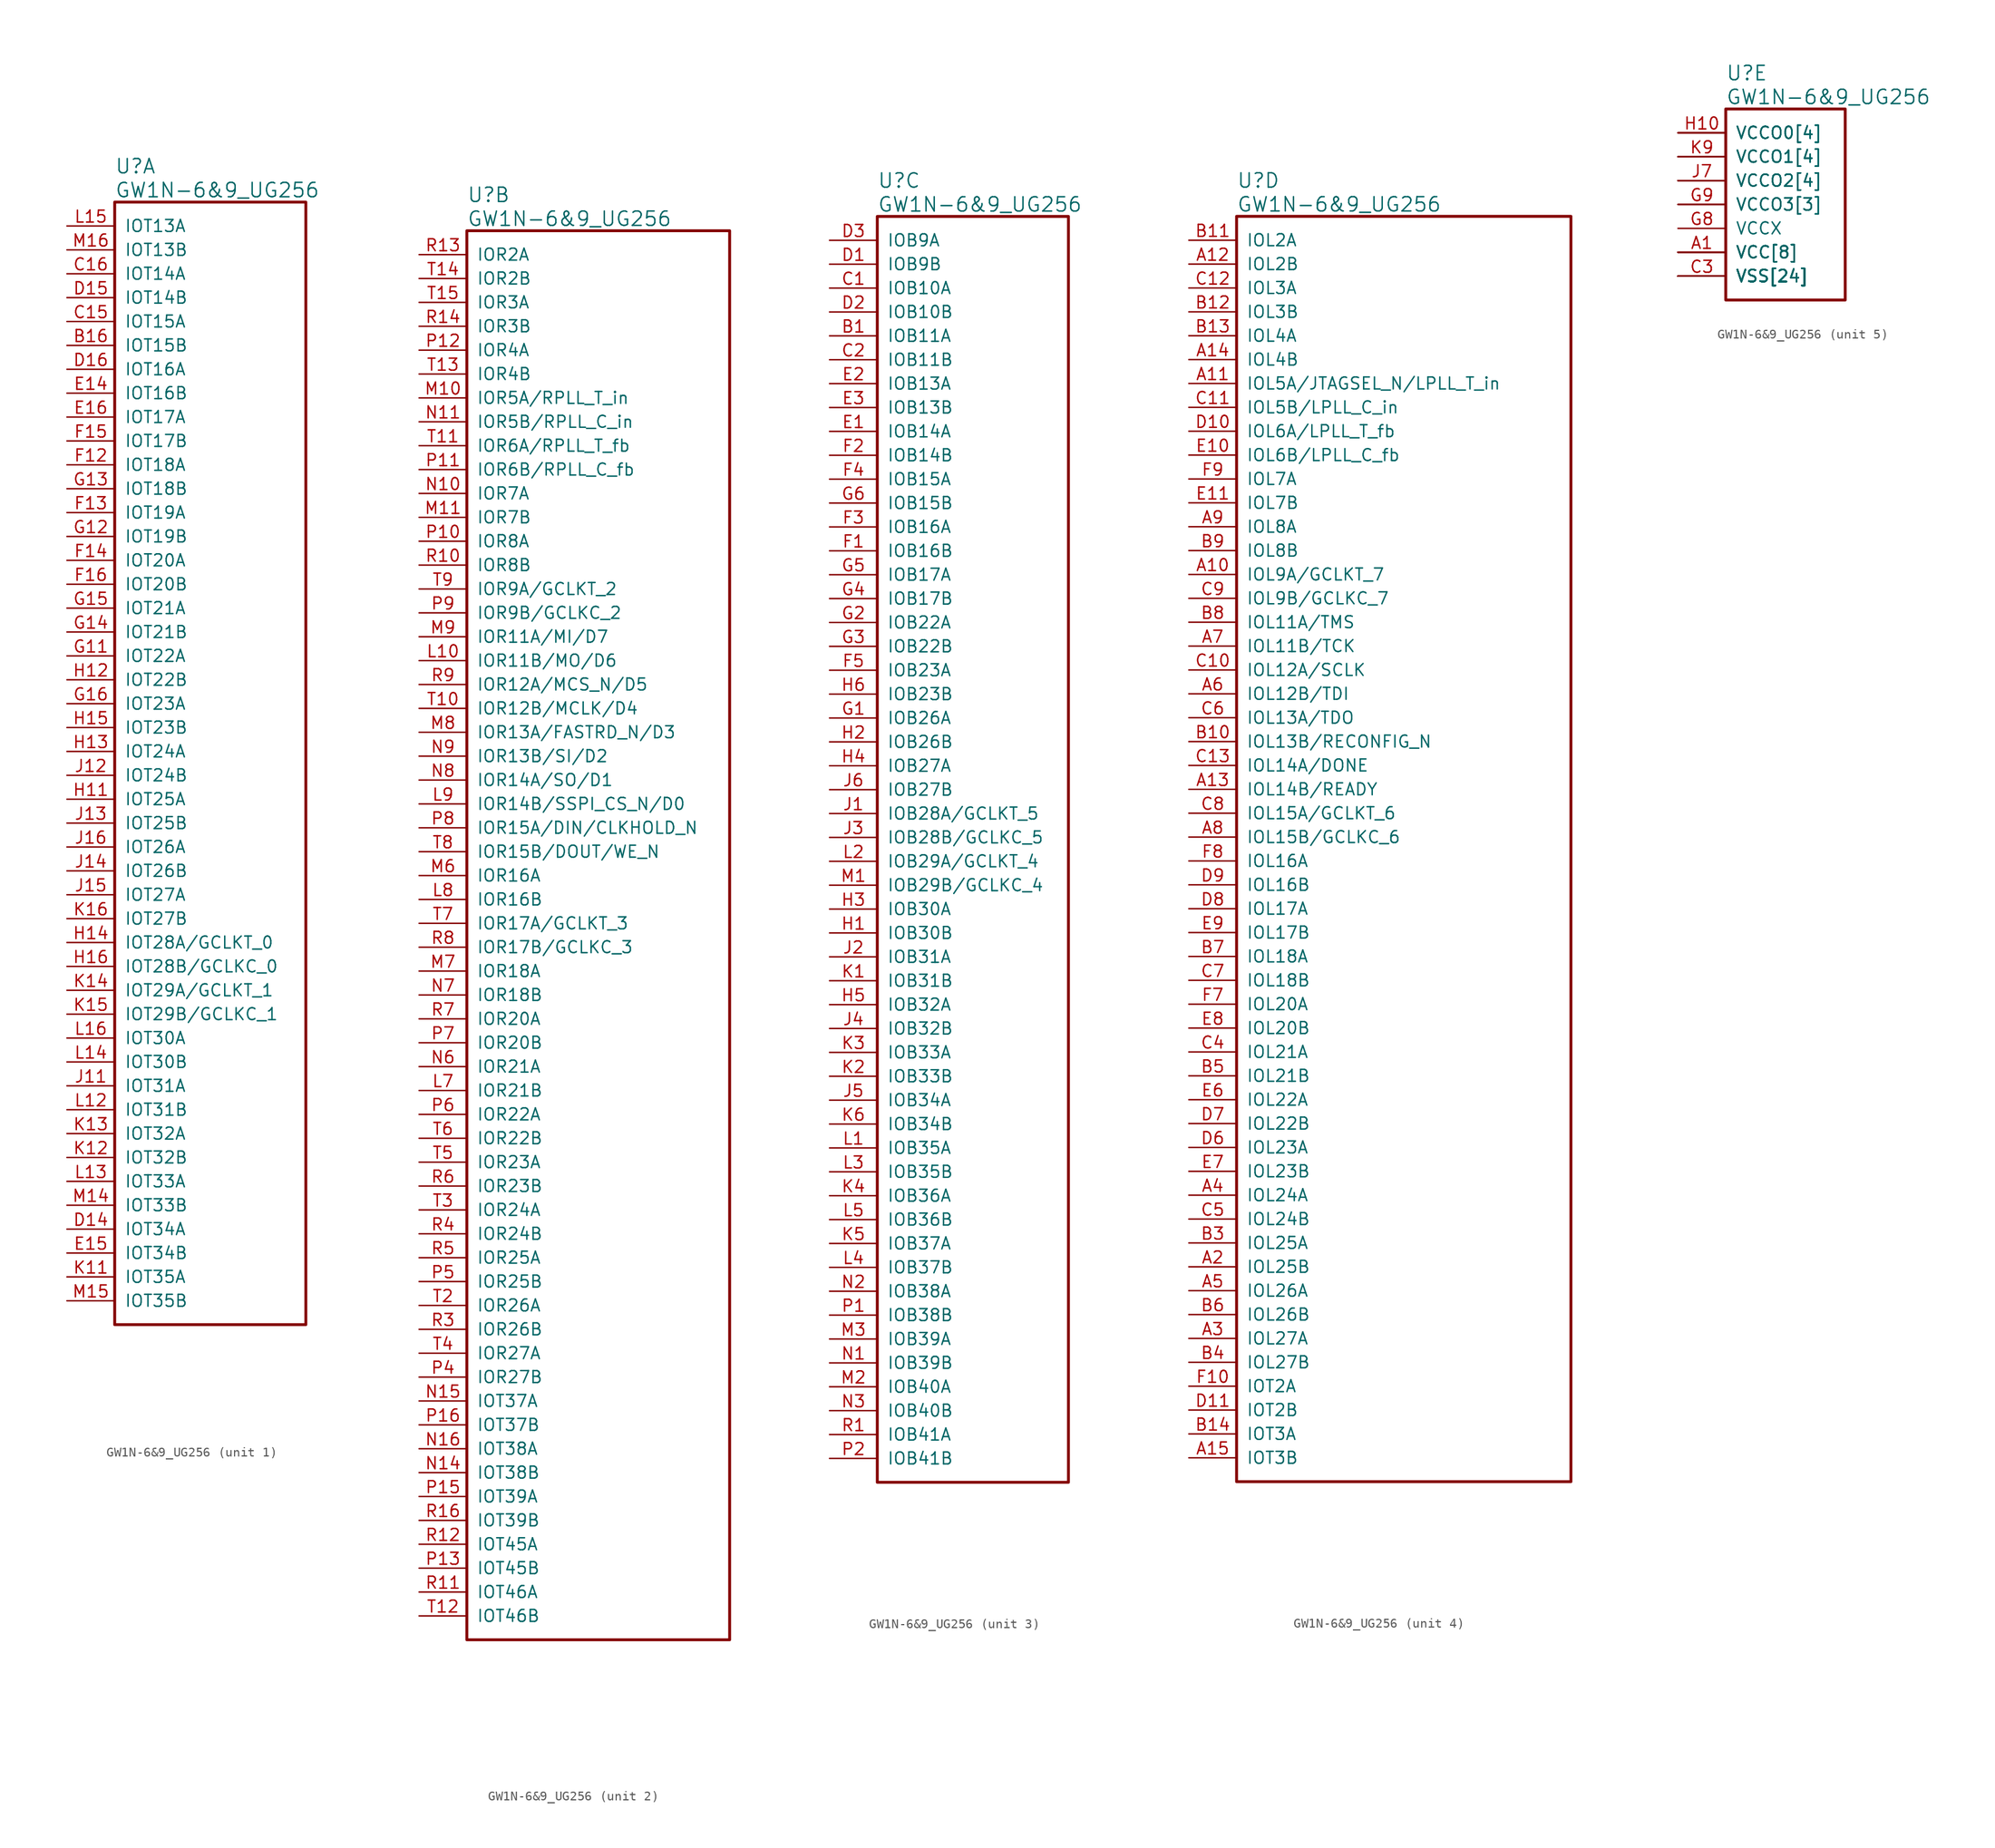
<source format=kicad_sym>
(kicad_symbol_lib
  (version 20211014)
  (generator kicad_symbol_editor)
  (symbol "GW1N-6&9_UG256"
    (pin_names
      (offset 1.016))
    (property "Reference" "U"
      (at 5.08 6.35 0)
      (effects (font (size 1.524 1.524)) (justify left)))
    (property "Value" "GW1N-6&9_UG256"
      (at 5.08 3.81 0)
      (effects (font (size 1.524 1.524)) (justify left)))
    (property "ki_locked" ""
      (at 0 0 0)
      (effects (font (size 1.27 1.27))))
    (symbol "GW1N-6&9_UG256_1_1"
      (rectangle (start 5.08 2.54) (end 25.4 -116.84) (stroke (width 0.305) (type default) (color 0 0 0 0)) (fill (type none)))
      (pin bidirectional line (at 0 -12.7 0) (length 5.08) (name "IOT15B" (effects (font (size 1.27 1.27)))) (number "B16" (effects (font (size 1.27 1.27)))))
      (pin bidirectional line (at 0 -10.16 0) (length 5.08) (name "IOT15A" (effects (font (size 1.27 1.27)))) (number "C15" (effects (font (size 1.27 1.27)))))
      (pin bidirectional line (at 0 -5.08 0) (length 5.08) (name "IOT14A" (effects (font (size 1.27 1.27)))) (number "C16" (effects (font (size 1.27 1.27)))))
      (pin bidirectional line (at 0 -106.68 0) (length 5.08) (name "IOT34A" (effects (font (size 1.27 1.27)))) (number "D14" (effects (font (size 1.27 1.27)))))
      (pin bidirectional line (at 0 -7.62 0) (length 5.08) (name "IOT14B" (effects (font (size 1.27 1.27)))) (number "D15" (effects (font (size 1.27 1.27)))))
      (pin bidirectional line (at 0 -15.24 0) (length 5.08) (name "IOT16A" (effects (font (size 1.27 1.27)))) (number "D16" (effects (font (size 1.27 1.27)))))
      (pin bidirectional line (at 0 -17.78 0) (length 5.08) (name "IOT16B" (effects (font (size 1.27 1.27)))) (number "E14" (effects (font (size 1.27 1.27)))))
      (pin bidirectional line (at 0 -109.22 0) (length 5.08) (name "IOT34B" (effects (font (size 1.27 1.27)))) (number "E15" (effects (font (size 1.27 1.27)))))
      (pin bidirectional line (at 0 -20.32 0) (length 5.08) (name "IOT17A" (effects (font (size 1.27 1.27)))) (number "E16" (effects (font (size 1.27 1.27)))))
      (pin bidirectional line (at 0 -25.4 0) (length 5.08) (name "IOT18A" (effects (font (size 1.27 1.27)))) (number "F12" (effects (font (size 1.27 1.27)))))
      (pin bidirectional line (at 0 -30.48 0) (length 5.08) (name "IOT19A" (effects (font (size 1.27 1.27)))) (number "F13" (effects (font (size 1.27 1.27)))))
      (pin bidirectional line (at 0 -35.56 0) (length 5.08) (name "IOT20A" (effects (font (size 1.27 1.27)))) (number "F14" (effects (font (size 1.27 1.27)))))
      (pin bidirectional line (at 0 -22.86 0) (length 5.08) (name "IOT17B" (effects (font (size 1.27 1.27)))) (number "F15" (effects (font (size 1.27 1.27)))))
      (pin bidirectional line (at 0 -38.1 0) (length 5.08) (name "IOT20B" (effects (font (size 1.27 1.27)))) (number "F16" (effects (font (size 1.27 1.27)))))
      (pin bidirectional line (at 0 -45.72 0) (length 5.08) (name "IOT22A" (effects (font (size 1.27 1.27)))) (number "G11" (effects (font (size 1.27 1.27)))))
      (pin bidirectional line (at 0 -33.02 0) (length 5.08) (name "IOT19B" (effects (font (size 1.27 1.27)))) (number "G12" (effects (font (size 1.27 1.27)))))
      (pin bidirectional line (at 0 -27.94 0) (length 5.08) (name "IOT18B" (effects (font (size 1.27 1.27)))) (number "G13" (effects (font (size 1.27 1.27)))))
      (pin bidirectional line (at 0 -43.18 0) (length 5.08) (name "IOT21B" (effects (font (size 1.27 1.27)))) (number "G14" (effects (font (size 1.27 1.27)))))
      (pin bidirectional line (at 0 -40.64 0) (length 5.08) (name "IOT21A" (effects (font (size 1.27 1.27)))) (number "G15" (effects (font (size 1.27 1.27)))))
      (pin bidirectional line (at 0 -50.8 0) (length 5.08) (name "IOT23A" (effects (font (size 1.27 1.27)))) (number "G16" (effects (font (size 1.27 1.27)))))
      (pin bidirectional line (at 0 -60.96 0) (length 5.08) (name "IOT25A" (effects (font (size 1.27 1.27)))) (number "H11" (effects (font (size 1.27 1.27)))))
      (pin bidirectional line (at 0 -48.26 0) (length 5.08) (name "IOT22B" (effects (font (size 1.27 1.27)))) (number "H12" (effects (font (size 1.27 1.27)))))
      (pin bidirectional line (at 0 -55.88 0) (length 5.08) (name "IOT24A" (effects (font (size 1.27 1.27)))) (number "H13" (effects (font (size 1.27 1.27)))))
      (pin bidirectional line (at 0 -76.2 0) (length 5.08) (name "IOT28A/GCLKT_0" (effects (font (size 1.27 1.27)))) (number "H14" (effects (font (size 1.27 1.27)))))
      (pin bidirectional line (at 0 -53.34 0) (length 5.08) (name "IOT23B" (effects (font (size 1.27 1.27)))) (number "H15" (effects (font (size 1.27 1.27)))))
      (pin bidirectional line (at 0 -78.74 0) (length 5.08) (name "IOT28B/GCLKC_0" (effects (font (size 1.27 1.27)))) (number "H16" (effects (font (size 1.27 1.27)))))
      (pin bidirectional line (at 0 -91.44 0) (length 5.08) (name "IOT31A" (effects (font (size 1.27 1.27)))) (number "J11" (effects (font (size 1.27 1.27)))))
      (pin bidirectional line (at 0 -58.42 0) (length 5.08) (name "IOT24B" (effects (font (size 1.27 1.27)))) (number "J12" (effects (font (size 1.27 1.27)))))
      (pin bidirectional line (at 0 -63.5 0) (length 5.08) (name "IOT25B" (effects (font (size 1.27 1.27)))) (number "J13" (effects (font (size 1.27 1.27)))))
      (pin bidirectional line (at 0 -68.58 0) (length 5.08) (name "IOT26B" (effects (font (size 1.27 1.27)))) (number "J14" (effects (font (size 1.27 1.27)))))
      (pin bidirectional line (at 0 -71.12 0) (length 5.08) (name "IOT27A" (effects (font (size 1.27 1.27)))) (number "J15" (effects (font (size 1.27 1.27)))))
      (pin bidirectional line (at 0 -66.04 0) (length 5.08) (name "IOT26A" (effects (font (size 1.27 1.27)))) (number "J16" (effects (font (size 1.27 1.27)))))
      (pin bidirectional line (at 0 -111.76 0) (length 5.08) (name "IOT35A" (effects (font (size 1.27 1.27)))) (number "K11" (effects (font (size 1.27 1.27)))))
      (pin bidirectional line (at 0 -99.06 0) (length 5.08) (name "IOT32B" (effects (font (size 1.27 1.27)))) (number "K12" (effects (font (size 1.27 1.27)))))
      (pin bidirectional line (at 0 -96.52 0) (length 5.08) (name "IOT32A" (effects (font (size 1.27 1.27)))) (number "K13" (effects (font (size 1.27 1.27)))))
      (pin bidirectional line (at 0 -81.28 0) (length 5.08) (name "IOT29A/GCLKT_1" (effects (font (size 1.27 1.27)))) (number "K14" (effects (font (size 1.27 1.27)))))
      (pin bidirectional line (at 0 -83.82 0) (length 5.08) (name "IOT29B/GCLKC_1" (effects (font (size 1.27 1.27)))) (number "K15" (effects (font (size 1.27 1.27)))))
      (pin bidirectional line (at 0 -73.66 0) (length 5.08) (name "IOT27B" (effects (font (size 1.27 1.27)))) (number "K16" (effects (font (size 1.27 1.27)))))
      (pin bidirectional line (at 0 -93.98 0) (length 5.08) (name "IOT31B" (effects (font (size 1.27 1.27)))) (number "L12" (effects (font (size 1.27 1.27)))))
      (pin bidirectional line (at 0 -101.6 0) (length 5.08) (name "IOT33A" (effects (font (size 1.27 1.27)))) (number "L13" (effects (font (size 1.27 1.27)))))
      (pin bidirectional line (at 0 -88.9 0) (length 5.08) (name "IOT30B" (effects (font (size 1.27 1.27)))) (number "L14" (effects (font (size 1.27 1.27)))))
      (pin bidirectional line (at 0 0 0) (length 5.08) (name "IOT13A" (effects (font (size 1.27 1.27)))) (number "L15" (effects (font (size 1.27 1.27)))))
      (pin bidirectional line (at 0 -86.36 0) (length 5.08) (name "IOT30A" (effects (font (size 1.27 1.27)))) (number "L16" (effects (font (size 1.27 1.27)))))
      (pin bidirectional line (at 0 -104.14 0) (length 5.08) (name "IOT33B" (effects (font (size 1.27 1.27)))) (number "M14" (effects (font (size 1.27 1.27)))))
      (pin bidirectional line (at 0 -114.3 0) (length 5.08) (name "IOT35B" (effects (font (size 1.27 1.27)))) (number "M15" (effects (font (size 1.27 1.27)))))
      (pin bidirectional line (at 0 -2.54 0) (length 5.08) (name "IOT13B" (effects (font (size 1.27 1.27)))) (number "M16" (effects (font (size 1.27 1.27))))))
    (symbol "GW1N-6&9_UG256_2_1"
      (rectangle (start 5.08 2.54) (end 33.02 -147.32) (stroke (width 0.305) (type default) (color 0 0 0 0)) (fill (type none)))
      (pin bidirectional line (at 0 -43.18 0) (length 5.08) (name "IOR11B/MO/D6" (effects (font (size 1.27 1.27)))) (number "L10" (effects (font (size 1.27 1.27)))))
      (pin bidirectional line (at 0 -88.9 0) (length 5.08) (name "IOR21B" (effects (font (size 1.27 1.27)))) (number "L7" (effects (font (size 1.27 1.27)))))
      (pin bidirectional line (at 0 -68.58 0) (length 5.08) (name "IOR16B" (effects (font (size 1.27 1.27)))) (number "L8" (effects (font (size 1.27 1.27)))))
      (pin bidirectional line (at 0 -58.42 0) (length 5.08) (name "IOR14B/SSPI_CS_N/D0" (effects (font (size 1.27 1.27)))) (number "L9" (effects (font (size 1.27 1.27)))))
      (pin bidirectional line (at 0 -15.24 0) (length 5.08) (name "IOR5A/RPLL_T_in" (effects (font (size 1.27 1.27)))) (number "M10" (effects (font (size 1.27 1.27)))))
      (pin bidirectional line (at 0 -27.94 0) (length 5.08) (name "IOR7B" (effects (font (size 1.27 1.27)))) (number "M11" (effects (font (size 1.27 1.27)))))
      (pin bidirectional line (at 0 -66.04 0) (length 5.08) (name "IOR16A" (effects (font (size 1.27 1.27)))) (number "M6" (effects (font (size 1.27 1.27)))))
      (pin bidirectional line (at 0 -76.2 0) (length 5.08) (name "IOR18A" (effects (font (size 1.27 1.27)))) (number "M7" (effects (font (size 1.27 1.27)))))
      (pin bidirectional line (at 0 -50.8 0) (length 5.08) (name "IOR13A/FASTRD_N/D3" (effects (font (size 1.27 1.27)))) (number "M8" (effects (font (size 1.27 1.27)))))
      (pin bidirectional line (at 0 -40.64 0) (length 5.08) (name "IOR11A/MI/D7" (effects (font (size 1.27 1.27)))) (number "M9" (effects (font (size 1.27 1.27)))))
      (pin bidirectional line (at 0 -25.4 0) (length 5.08) (name "IOR7A" (effects (font (size 1.27 1.27)))) (number "N10" (effects (font (size 1.27 1.27)))))
      (pin bidirectional line (at 0 -17.78 0) (length 5.08) (name "IOR5B/RPLL_C_in" (effects (font (size 1.27 1.27)))) (number "N11" (effects (font (size 1.27 1.27)))))
      (pin bidirectional line (at 0 -129.54 0) (length 5.08) (name "IOT38B" (effects (font (size 1.27 1.27)))) (number "N14" (effects (font (size 1.27 1.27)))))
      (pin bidirectional line (at 0 -121.92 0) (length 5.08) (name "IOT37A" (effects (font (size 1.27 1.27)))) (number "N15" (effects (font (size 1.27 1.27)))))
      (pin bidirectional line (at 0 -127 0) (length 5.08) (name "IOT38A" (effects (font (size 1.27 1.27)))) (number "N16" (effects (font (size 1.27 1.27)))))
      (pin bidirectional line (at 0 -86.36 0) (length 5.08) (name "IOR21A" (effects (font (size 1.27 1.27)))) (number "N6" (effects (font (size 1.27 1.27)))))
      (pin bidirectional line (at 0 -78.74 0) (length 5.08) (name "IOR18B" (effects (font (size 1.27 1.27)))) (number "N7" (effects (font (size 1.27 1.27)))))
      (pin bidirectional line (at 0 -55.88 0) (length 5.08) (name "IOR14A/SO/D1" (effects (font (size 1.27 1.27)))) (number "N8" (effects (font (size 1.27 1.27)))))
      (pin bidirectional line (at 0 -53.34 0) (length 5.08) (name "IOR13B/SI/D2" (effects (font (size 1.27 1.27)))) (number "N9" (effects (font (size 1.27 1.27)))))
      (pin bidirectional line (at 0 -30.48 0) (length 5.08) (name "IOR8A" (effects (font (size 1.27 1.27)))) (number "P10" (effects (font (size 1.27 1.27)))))
      (pin bidirectional line (at 0 -22.86 0) (length 5.08) (name "IOR6B/RPLL_C_fb" (effects (font (size 1.27 1.27)))) (number "P11" (effects (font (size 1.27 1.27)))))
      (pin bidirectional line (at 0 -10.16 0) (length 5.08) (name "IOR4A" (effects (font (size 1.27 1.27)))) (number "P12" (effects (font (size 1.27 1.27)))))
      (pin bidirectional line (at 0 -139.7 0) (length 5.08) (name "IOT45B" (effects (font (size 1.27 1.27)))) (number "P13" (effects (font (size 1.27 1.27)))))
      (pin bidirectional line (at 0 -132.08 0) (length 5.08) (name "IOT39A" (effects (font (size 1.27 1.27)))) (number "P15" (effects (font (size 1.27 1.27)))))
      (pin bidirectional line (at 0 -124.46 0) (length 5.08) (name "IOT37B" (effects (font (size 1.27 1.27)))) (number "P16" (effects (font (size 1.27 1.27)))))
      (pin bidirectional line (at 0 -119.38 0) (length 5.08) (name "IOR27B" (effects (font (size 1.27 1.27)))) (number "P4" (effects (font (size 1.27 1.27)))))
      (pin bidirectional line (at 0 -109.22 0) (length 5.08) (name "IOR25B" (effects (font (size 1.27 1.27)))) (number "P5" (effects (font (size 1.27 1.27)))))
      (pin bidirectional line (at 0 -91.44 0) (length 5.08) (name "IOR22A" (effects (font (size 1.27 1.27)))) (number "P6" (effects (font (size 1.27 1.27)))))
      (pin bidirectional line (at 0 -83.82 0) (length 5.08) (name "IOR20B" (effects (font (size 1.27 1.27)))) (number "P7" (effects (font (size 1.27 1.27)))))
      (pin bidirectional line (at 0 -60.96 0) (length 5.08) (name "IOR15A/DIN/CLKHOLD_N" (effects (font (size 1.27 1.27)))) (number "P8" (effects (font (size 1.27 1.27)))))
      (pin bidirectional line (at 0 -38.1 0) (length 5.08) (name "IOR9B/GCLKC_2" (effects (font (size 1.27 1.27)))) (number "P9" (effects (font (size 1.27 1.27)))))
      (pin bidirectional line (at 0 -33.02 0) (length 5.08) (name "IOR8B" (effects (font (size 1.27 1.27)))) (number "R10" (effects (font (size 1.27 1.27)))))
      (pin bidirectional line (at 0 -142.24 0) (length 5.08) (name "IOT46A" (effects (font (size 1.27 1.27)))) (number "R11" (effects (font (size 1.27 1.27)))))
      (pin bidirectional line (at 0 -137.16 0) (length 5.08) (name "IOT45A" (effects (font (size 1.27 1.27)))) (number "R12" (effects (font (size 1.27 1.27)))))
      (pin bidirectional line (at 0 0 0) (length 5.08) (name "IOR2A" (effects (font (size 1.27 1.27)))) (number "R13" (effects (font (size 1.27 1.27)))))
      (pin bidirectional line (at 0 -7.62 0) (length 5.08) (name "IOR3B" (effects (font (size 1.27 1.27)))) (number "R14" (effects (font (size 1.27 1.27)))))
      (pin bidirectional line (at 0 -134.62 0) (length 5.08) (name "IOT39B" (effects (font (size 1.27 1.27)))) (number "R16" (effects (font (size 1.27 1.27)))))
      (pin bidirectional line (at 0 -114.3 0) (length 5.08) (name "IOR26B" (effects (font (size 1.27 1.27)))) (number "R3" (effects (font (size 1.27 1.27)))))
      (pin bidirectional line (at 0 -104.14 0) (length 5.08) (name "IOR24B" (effects (font (size 1.27 1.27)))) (number "R4" (effects (font (size 1.27 1.27)))))
      (pin bidirectional line (at 0 -106.68 0) (length 5.08) (name "IOR25A" (effects (font (size 1.27 1.27)))) (number "R5" (effects (font (size 1.27 1.27)))))
      (pin bidirectional line (at 0 -99.06 0) (length 5.08) (name "IOR23B" (effects (font (size 1.27 1.27)))) (number "R6" (effects (font (size 1.27 1.27)))))
      (pin bidirectional line (at 0 -81.28 0) (length 5.08) (name "IOR20A" (effects (font (size 1.27 1.27)))) (number "R7" (effects (font (size 1.27 1.27)))))
      (pin bidirectional line (at 0 -73.66 0) (length 5.08) (name "IOR17B/GCLKC_3" (effects (font (size 1.27 1.27)))) (number "R8" (effects (font (size 1.27 1.27)))))
      (pin bidirectional line (at 0 -45.72 0) (length 5.08) (name "IOR12A/MCS_N/D5" (effects (font (size 1.27 1.27)))) (number "R9" (effects (font (size 1.27 1.27)))))
      (pin bidirectional line (at 0 -48.26 0) (length 5.08) (name "IOR12B/MCLK/D4" (effects (font (size 1.27 1.27)))) (number "T10" (effects (font (size 1.27 1.27)))))
      (pin bidirectional line (at 0 -20.32 0) (length 5.08) (name "IOR6A/RPLL_T_fb" (effects (font (size 1.27 1.27)))) (number "T11" (effects (font (size 1.27 1.27)))))
      (pin bidirectional line (at 0 -144.78 0) (length 5.08) (name "IOT46B" (effects (font (size 1.27 1.27)))) (number "T12" (effects (font (size 1.27 1.27)))))
      (pin bidirectional line (at 0 -12.7 0) (length 5.08) (name "IOR4B" (effects (font (size 1.27 1.27)))) (number "T13" (effects (font (size 1.27 1.27)))))
      (pin bidirectional line (at 0 -2.54 0) (length 5.08) (name "IOR2B" (effects (font (size 1.27 1.27)))) (number "T14" (effects (font (size 1.27 1.27)))))
      (pin bidirectional line (at 0 -5.08 0) (length 5.08) (name "IOR3A" (effects (font (size 1.27 1.27)))) (number "T15" (effects (font (size 1.27 1.27)))))
      (pin bidirectional line (at 0 -111.76 0) (length 5.08) (name "IOR26A" (effects (font (size 1.27 1.27)))) (number "T2" (effects (font (size 1.27 1.27)))))
      (pin bidirectional line (at 0 -101.6 0) (length 5.08) (name "IOR24A" (effects (font (size 1.27 1.27)))) (number "T3" (effects (font (size 1.27 1.27)))))
      (pin bidirectional line (at 0 -116.84 0) (length 5.08) (name "IOR27A" (effects (font (size 1.27 1.27)))) (number "T4" (effects (font (size 1.27 1.27)))))
      (pin bidirectional line (at 0 -96.52 0) (length 5.08) (name "IOR23A" (effects (font (size 1.27 1.27)))) (number "T5" (effects (font (size 1.27 1.27)))))
      (pin bidirectional line (at 0 -93.98 0) (length 5.08) (name "IOR22B" (effects (font (size 1.27 1.27)))) (number "T6" (effects (font (size 1.27 1.27)))))
      (pin bidirectional line (at 0 -71.12 0) (length 5.08) (name "IOR17A/GCLKT_3" (effects (font (size 1.27 1.27)))) (number "T7" (effects (font (size 1.27 1.27)))))
      (pin bidirectional line (at 0 -63.5 0) (length 5.08) (name "IOR15B/DOUT/WE_N" (effects (font (size 1.27 1.27)))) (number "T8" (effects (font (size 1.27 1.27)))))
      (pin bidirectional line (at 0 -35.56 0) (length 5.08) (name "IOR9A/GCLKT_2" (effects (font (size 1.27 1.27)))) (number "T9" (effects (font (size 1.27 1.27))))))
    (symbol "GW1N-6&9_UG256_3_1"
      (rectangle (start 5.08 2.54) (end 25.4 -132.08) (stroke (width 0.305) (type default) (color 0 0 0 0)) (fill (type none)))
      (pin bidirectional line (at 0 -10.16 0) (length 5.08) (name "IOB11A" (effects (font (size 1.27 1.27)))) (number "B1" (effects (font (size 1.27 1.27)))))
      (pin bidirectional line (at 0 -5.08 0) (length 5.08) (name "IOB10A" (effects (font (size 1.27 1.27)))) (number "C1" (effects (font (size 1.27 1.27)))))
      (pin bidirectional line (at 0 -12.7 0) (length 5.08) (name "IOB11B" (effects (font (size 1.27 1.27)))) (number "C2" (effects (font (size 1.27 1.27)))))
      (pin bidirectional line (at 0 -2.54 0) (length 5.08) (name "IOB9B" (effects (font (size 1.27 1.27)))) (number "D1" (effects (font (size 1.27 1.27)))))
      (pin bidirectional line (at 0 -7.62 0) (length 5.08) (name "IOB10B" (effects (font (size 1.27 1.27)))) (number "D2" (effects (font (size 1.27 1.27)))))
      (pin bidirectional line (at 0 0 0) (length 5.08) (name "IOB9A" (effects (font (size 1.27 1.27)))) (number "D3" (effects (font (size 1.27 1.27)))))
      (pin bidirectional line (at 0 -20.32 0) (length 5.08) (name "IOB14A" (effects (font (size 1.27 1.27)))) (number "E1" (effects (font (size 1.27 1.27)))))
      (pin bidirectional line (at 0 -15.24 0) (length 5.08) (name "IOB13A" (effects (font (size 1.27 1.27)))) (number "E2" (effects (font (size 1.27 1.27)))))
      (pin bidirectional line (at 0 -17.78 0) (length 5.08) (name "IOB13B" (effects (font (size 1.27 1.27)))) (number "E3" (effects (font (size 1.27 1.27)))))
      (pin bidirectional line (at 0 -33.02 0) (length 5.08) (name "IOB16B" (effects (font (size 1.27 1.27)))) (number "F1" (effects (font (size 1.27 1.27)))))
      (pin bidirectional line (at 0 -22.86 0) (length 5.08) (name "IOB14B" (effects (font (size 1.27 1.27)))) (number "F2" (effects (font (size 1.27 1.27)))))
      (pin bidirectional line (at 0 -30.48 0) (length 5.08) (name "IOB16A" (effects (font (size 1.27 1.27)))) (number "F3" (effects (font (size 1.27 1.27)))))
      (pin bidirectional line (at 0 -25.4 0) (length 5.08) (name "IOB15A" (effects (font (size 1.27 1.27)))) (number "F4" (effects (font (size 1.27 1.27)))))
      (pin bidirectional line (at 0 -45.72 0) (length 5.08) (name "IOB23A" (effects (font (size 1.27 1.27)))) (number "F5" (effects (font (size 1.27 1.27)))))
      (pin bidirectional line (at 0 -50.8 0) (length 5.08) (name "IOB26A" (effects (font (size 1.27 1.27)))) (number "G1" (effects (font (size 1.27 1.27)))))
      (pin bidirectional line (at 0 -40.64 0) (length 5.08) (name "IOB22A" (effects (font (size 1.27 1.27)))) (number "G2" (effects (font (size 1.27 1.27)))))
      (pin bidirectional line (at 0 -43.18 0) (length 5.08) (name "IOB22B" (effects (font (size 1.27 1.27)))) (number "G3" (effects (font (size 1.27 1.27)))))
      (pin bidirectional line (at 0 -38.1 0) (length 5.08) (name "IOB17B" (effects (font (size 1.27 1.27)))) (number "G4" (effects (font (size 1.27 1.27)))))
      (pin bidirectional line (at 0 -35.56 0) (length 5.08) (name "IOB17A" (effects (font (size 1.27 1.27)))) (number "G5" (effects (font (size 1.27 1.27)))))
      (pin bidirectional line (at 0 -27.94 0) (length 5.08) (name "IOB15B" (effects (font (size 1.27 1.27)))) (number "G6" (effects (font (size 1.27 1.27)))))
      (pin bidirectional line (at 0 -73.66 0) (length 5.08) (name "IOB30B" (effects (font (size 1.27 1.27)))) (number "H1" (effects (font (size 1.27 1.27)))))
      (pin bidirectional line (at 0 -53.34 0) (length 5.08) (name "IOB26B" (effects (font (size 1.27 1.27)))) (number "H2" (effects (font (size 1.27 1.27)))))
      (pin bidirectional line (at 0 -71.12 0) (length 5.08) (name "IOB30A" (effects (font (size 1.27 1.27)))) (number "H3" (effects (font (size 1.27 1.27)))))
      (pin bidirectional line (at 0 -55.88 0) (length 5.08) (name "IOB27A" (effects (font (size 1.27 1.27)))) (number "H4" (effects (font (size 1.27 1.27)))))
      (pin bidirectional line (at 0 -81.28 0) (length 5.08) (name "IOB32A" (effects (font (size 1.27 1.27)))) (number "H5" (effects (font (size 1.27 1.27)))))
      (pin bidirectional line (at 0 -48.26 0) (length 5.08) (name "IOB23B" (effects (font (size 1.27 1.27)))) (number "H6" (effects (font (size 1.27 1.27)))))
      (pin bidirectional line (at 0 -60.96 0) (length 5.08) (name "IOB28A/GCLKT_5" (effects (font (size 1.27 1.27)))) (number "J1" (effects (font (size 1.27 1.27)))))
      (pin bidirectional line (at 0 -76.2 0) (length 5.08) (name "IOB31A" (effects (font (size 1.27 1.27)))) (number "J2" (effects (font (size 1.27 1.27)))))
      (pin bidirectional line (at 0 -63.5 0) (length 5.08) (name "IOB28B/GCLKC_5" (effects (font (size 1.27 1.27)))) (number "J3" (effects (font (size 1.27 1.27)))))
      (pin bidirectional line (at 0 -83.82 0) (length 5.08) (name "IOB32B" (effects (font (size 1.27 1.27)))) (number "J4" (effects (font (size 1.27 1.27)))))
      (pin bidirectional line (at 0 -91.44 0) (length 5.08) (name "IOB34A" (effects (font (size 1.27 1.27)))) (number "J5" (effects (font (size 1.27 1.27)))))
      (pin bidirectional line (at 0 -58.42 0) (length 5.08) (name "IOB27B" (effects (font (size 1.27 1.27)))) (number "J6" (effects (font (size 1.27 1.27)))))
      (pin bidirectional line (at 0 -78.74 0) (length 5.08) (name "IOB31B" (effects (font (size 1.27 1.27)))) (number "K1" (effects (font (size 1.27 1.27)))))
      (pin bidirectional line (at 0 -88.9 0) (length 5.08) (name "IOB33B" (effects (font (size 1.27 1.27)))) (number "K2" (effects (font (size 1.27 1.27)))))
      (pin bidirectional line (at 0 -86.36 0) (length 5.08) (name "IOB33A" (effects (font (size 1.27 1.27)))) (number "K3" (effects (font (size 1.27 1.27)))))
      (pin bidirectional line (at 0 -101.6 0) (length 5.08) (name "IOB36A" (effects (font (size 1.27 1.27)))) (number "K4" (effects (font (size 1.27 1.27)))))
      (pin bidirectional line (at 0 -106.68 0) (length 5.08) (name "IOB37A" (effects (font (size 1.27 1.27)))) (number "K5" (effects (font (size 1.27 1.27)))))
      (pin bidirectional line (at 0 -93.98 0) (length 5.08) (name "IOB34B" (effects (font (size 1.27 1.27)))) (number "K6" (effects (font (size 1.27 1.27)))))
      (pin bidirectional line (at 0 -96.52 0) (length 5.08) (name "IOB35A" (effects (font (size 1.27 1.27)))) (number "L1" (effects (font (size 1.27 1.27)))))
      (pin bidirectional line (at 0 -66.04 0) (length 5.08) (name "IOB29A/GCLKT_4" (effects (font (size 1.27 1.27)))) (number "L2" (effects (font (size 1.27 1.27)))))
      (pin bidirectional line (at 0 -99.06 0) (length 5.08) (name "IOB35B" (effects (font (size 1.27 1.27)))) (number "L3" (effects (font (size 1.27 1.27)))))
      (pin bidirectional line (at 0 -109.22 0) (length 5.08) (name "IOB37B" (effects (font (size 1.27 1.27)))) (number "L4" (effects (font (size 1.27 1.27)))))
      (pin bidirectional line (at 0 -104.14 0) (length 5.08) (name "IOB36B" (effects (font (size 1.27 1.27)))) (number "L5" (effects (font (size 1.27 1.27)))))
      (pin bidirectional line (at 0 -68.58 0) (length 5.08) (name "IOB29B/GCLKC_4" (effects (font (size 1.27 1.27)))) (number "M1" (effects (font (size 1.27 1.27)))))
      (pin bidirectional line (at 0 -121.92 0) (length 5.08) (name "IOB40A" (effects (font (size 1.27 1.27)))) (number "M2" (effects (font (size 1.27 1.27)))))
      (pin bidirectional line (at 0 -116.84 0) (length 5.08) (name "IOB39A" (effects (font (size 1.27 1.27)))) (number "M3" (effects (font (size 1.27 1.27)))))
      (pin bidirectional line (at 0 -119.38 0) (length 5.08) (name "IOB39B" (effects (font (size 1.27 1.27)))) (number "N1" (effects (font (size 1.27 1.27)))))
      (pin bidirectional line (at 0 -111.76 0) (length 5.08) (name "IOB38A" (effects (font (size 1.27 1.27)))) (number "N2" (effects (font (size 1.27 1.27)))))
      (pin bidirectional line (at 0 -124.46 0) (length 5.08) (name "IOB40B" (effects (font (size 1.27 1.27)))) (number "N3" (effects (font (size 1.27 1.27)))))
      (pin bidirectional line (at 0 -114.3 0) (length 5.08) (name "IOB38B" (effects (font (size 1.27 1.27)))) (number "P1" (effects (font (size 1.27 1.27)))))
      (pin bidirectional line (at 0 -129.54 0) (length 5.08) (name "IOB41B" (effects (font (size 1.27 1.27)))) (number "P2" (effects (font (size 1.27 1.27)))))
      (pin bidirectional line (at 0 -127 0) (length 5.08) (name "IOB41A" (effects (font (size 1.27 1.27)))) (number "R1" (effects (font (size 1.27 1.27))))))
    (symbol "GW1N-6&9_UG256_4_1"
      (rectangle (start 5.08 2.54) (end 40.64 -132.08) (stroke (width 0.305) (type default) (color 0 0 0 0)) (fill (type none)))
      (pin bidirectional line (at 0 -35.56 0) (length 5.08) (name "IOL9A/GCLKT_7" (effects (font (size 1.27 1.27)))) (number "A10" (effects (font (size 1.27 1.27)))))
      (pin bidirectional line (at 0 -15.24 0) (length 5.08) (name "IOL5A/JTAGSEL_N/LPLL_T_in" (effects (font (size 1.27 1.27)))) (number "A11" (effects (font (size 1.27 1.27)))))
      (pin bidirectional line (at 0 -2.54 0) (length 5.08) (name "IOL2B" (effects (font (size 1.27 1.27)))) (number "A12" (effects (font (size 1.27 1.27)))))
      (pin bidirectional line (at 0 -58.42 0) (length 5.08) (name "IOL14B/READY" (effects (font (size 1.27 1.27)))) (number "A13" (effects (font (size 1.27 1.27)))))
      (pin bidirectional line (at 0 -12.7 0) (length 5.08) (name "IOL4B" (effects (font (size 1.27 1.27)))) (number "A14" (effects (font (size 1.27 1.27)))))
      (pin bidirectional line (at 0 -129.54 0) (length 5.08) (name "IOT3B" (effects (font (size 1.27 1.27)))) (number "A15" (effects (font (size 1.27 1.27)))))
      (pin bidirectional line (at 0 -109.22 0) (length 5.08) (name "IOL25B" (effects (font (size 1.27 1.27)))) (number "A2" (effects (font (size 1.27 1.27)))))
      (pin bidirectional line (at 0 -116.84 0) (length 5.08) (name "IOL27A" (effects (font (size 1.27 1.27)))) (number "A3" (effects (font (size 1.27 1.27)))))
      (pin bidirectional line (at 0 -101.6 0) (length 5.08) (name "IOL24A" (effects (font (size 1.27 1.27)))) (number "A4" (effects (font (size 1.27 1.27)))))
      (pin bidirectional line (at 0 -111.76 0) (length 5.08) (name "IOL26A" (effects (font (size 1.27 1.27)))) (number "A5" (effects (font (size 1.27 1.27)))))
      (pin bidirectional line (at 0 -48.26 0) (length 5.08) (name "IOL12B/TDI" (effects (font (size 1.27 1.27)))) (number "A6" (effects (font (size 1.27 1.27)))))
      (pin bidirectional line (at 0 -43.18 0) (length 5.08) (name "IOL11B/TCK" (effects (font (size 1.27 1.27)))) (number "A7" (effects (font (size 1.27 1.27)))))
      (pin bidirectional line (at 0 -63.5 0) (length 5.08) (name "IOL15B/GCLKC_6" (effects (font (size 1.27 1.27)))) (number "A8" (effects (font (size 1.27 1.27)))))
      (pin bidirectional line (at 0 -30.48 0) (length 5.08) (name "IOL8A" (effects (font (size 1.27 1.27)))) (number "A9" (effects (font (size 1.27 1.27)))))
      (pin bidirectional line (at 0 -53.34 0) (length 5.08) (name "IOL13B/RECONFIG_N" (effects (font (size 1.27 1.27)))) (number "B10" (effects (font (size 1.27 1.27)))))
      (pin bidirectional line (at 0 0 0) (length 5.08) (name "IOL2A" (effects (font (size 1.27 1.27)))) (number "B11" (effects (font (size 1.27 1.27)))))
      (pin bidirectional line (at 0 -7.62 0) (length 5.08) (name "IOL3B" (effects (font (size 1.27 1.27)))) (number "B12" (effects (font (size 1.27 1.27)))))
      (pin bidirectional line (at 0 -10.16 0) (length 5.08) (name "IOL4A" (effects (font (size 1.27 1.27)))) (number "B13" (effects (font (size 1.27 1.27)))))
      (pin bidirectional line (at 0 -127 0) (length 5.08) (name "IOT3A" (effects (font (size 1.27 1.27)))) (number "B14" (effects (font (size 1.27 1.27)))))
      (pin bidirectional line (at 0 -106.68 0) (length 5.08) (name "IOL25A" (effects (font (size 1.27 1.27)))) (number "B3" (effects (font (size 1.27 1.27)))))
      (pin bidirectional line (at 0 -119.38 0) (length 5.08) (name "IOL27B" (effects (font (size 1.27 1.27)))) (number "B4" (effects (font (size 1.27 1.27)))))
      (pin bidirectional line (at 0 -88.9 0) (length 5.08) (name "IOL21B" (effects (font (size 1.27 1.27)))) (number "B5" (effects (font (size 1.27 1.27)))))
      (pin bidirectional line (at 0 -114.3 0) (length 5.08) (name "IOL26B" (effects (font (size 1.27 1.27)))) (number "B6" (effects (font (size 1.27 1.27)))))
      (pin bidirectional line (at 0 -76.2 0) (length 5.08) (name "IOL18A" (effects (font (size 1.27 1.27)))) (number "B7" (effects (font (size 1.27 1.27)))))
      (pin bidirectional line (at 0 -40.64 0) (length 5.08) (name "IOL11A/TMS" (effects (font (size 1.27 1.27)))) (number "B8" (effects (font (size 1.27 1.27)))))
      (pin bidirectional line (at 0 -33.02 0) (length 5.08) (name "IOL8B" (effects (font (size 1.27 1.27)))) (number "B9" (effects (font (size 1.27 1.27)))))
      (pin bidirectional line (at 0 -45.72 0) (length 5.08) (name "IOL12A/SCLK" (effects (font (size 1.27 1.27)))) (number "C10" (effects (font (size 1.27 1.27)))))
      (pin bidirectional line (at 0 -17.78 0) (length 5.08) (name "IOL5B/LPLL_C_in" (effects (font (size 1.27 1.27)))) (number "C11" (effects (font (size 1.27 1.27)))))
      (pin bidirectional line (at 0 -5.08 0) (length 5.08) (name "IOL3A" (effects (font (size 1.27 1.27)))) (number "C12" (effects (font (size 1.27 1.27)))))
      (pin bidirectional line (at 0 -55.88 0) (length 5.08) (name "IOL14A/DONE" (effects (font (size 1.27 1.27)))) (number "C13" (effects (font (size 1.27 1.27)))))
      (pin bidirectional line (at 0 -86.36 0) (length 5.08) (name "IOL21A" (effects (font (size 1.27 1.27)))) (number "C4" (effects (font (size 1.27 1.27)))))
      (pin bidirectional line (at 0 -104.14 0) (length 5.08) (name "IOL24B" (effects (font (size 1.27 1.27)))) (number "C5" (effects (font (size 1.27 1.27)))))
      (pin bidirectional line (at 0 -50.8 0) (length 5.08) (name "IOL13A/TDO" (effects (font (size 1.27 1.27)))) (number "C6" (effects (font (size 1.27 1.27)))))
      (pin bidirectional line (at 0 -78.74 0) (length 5.08) (name "IOL18B" (effects (font (size 1.27 1.27)))) (number "C7" (effects (font (size 1.27 1.27)))))
      (pin bidirectional line (at 0 -60.96 0) (length 5.08) (name "IOL15A/GCLKT_6" (effects (font (size 1.27 1.27)))) (number "C8" (effects (font (size 1.27 1.27)))))
      (pin bidirectional line (at 0 -38.1 0) (length 5.08) (name "IOL9B/GCLKC_7" (effects (font (size 1.27 1.27)))) (number "C9" (effects (font (size 1.27 1.27)))))
      (pin bidirectional line (at 0 -20.32 0) (length 5.08) (name "IOL6A/LPLL_T_fb" (effects (font (size 1.27 1.27)))) (number "D10" (effects (font (size 1.27 1.27)))))
      (pin bidirectional line (at 0 -124.46 0) (length 5.08) (name "IOT2B" (effects (font (size 1.27 1.27)))) (number "D11" (effects (font (size 1.27 1.27)))))
      (pin bidirectional line (at 0 -96.52 0) (length 5.08) (name "IOL23A" (effects (font (size 1.27 1.27)))) (number "D6" (effects (font (size 1.27 1.27)))))
      (pin bidirectional line (at 0 -93.98 0) (length 5.08) (name "IOL22B" (effects (font (size 1.27 1.27)))) (number "D7" (effects (font (size 1.27 1.27)))))
      (pin bidirectional line (at 0 -71.12 0) (length 5.08) (name "IOL17A" (effects (font (size 1.27 1.27)))) (number "D8" (effects (font (size 1.27 1.27)))))
      (pin bidirectional line (at 0 -68.58 0) (length 5.08) (name "IOL16B" (effects (font (size 1.27 1.27)))) (number "D9" (effects (font (size 1.27 1.27)))))
      (pin bidirectional line (at 0 -22.86 0) (length 5.08) (name "IOL6B/LPLL_C_fb" (effects (font (size 1.27 1.27)))) (number "E10" (effects (font (size 1.27 1.27)))))
      (pin bidirectional line (at 0 -27.94 0) (length 5.08) (name "IOL7B" (effects (font (size 1.27 1.27)))) (number "E11" (effects (font (size 1.27 1.27)))))
      (pin bidirectional line (at 0 -91.44 0) (length 5.08) (name "IOL22A" (effects (font (size 1.27 1.27)))) (number "E6" (effects (font (size 1.27 1.27)))))
      (pin bidirectional line (at 0 -99.06 0) (length 5.08) (name "IOL23B" (effects (font (size 1.27 1.27)))) (number "E7" (effects (font (size 1.27 1.27)))))
      (pin bidirectional line (at 0 -83.82 0) (length 5.08) (name "IOL20B" (effects (font (size 1.27 1.27)))) (number "E8" (effects (font (size 1.27 1.27)))))
      (pin bidirectional line (at 0 -73.66 0) (length 5.08) (name "IOL17B" (effects (font (size 1.27 1.27)))) (number "E9" (effects (font (size 1.27 1.27)))))
      (pin bidirectional line (at 0 -121.92 0) (length 5.08) (name "IOT2A" (effects (font (size 1.27 1.27)))) (number "F10" (effects (font (size 1.27 1.27)))))
      (pin bidirectional line (at 0 -81.28 0) (length 5.08) (name "IOL20A" (effects (font (size 1.27 1.27)))) (number "F7" (effects (font (size 1.27 1.27)))))
      (pin bidirectional line (at 0 -66.04 0) (length 5.08) (name "IOL16A" (effects (font (size 1.27 1.27)))) (number "F8" (effects (font (size 1.27 1.27)))))
      (pin bidirectional line (at 0 -25.4 0) (length 5.08) (name "IOL7A" (effects (font (size 1.27 1.27)))) (number "F9" (effects (font (size 1.27 1.27))))))
    (symbol "GW1N-6&9_UG256_5_1"
      (rectangle (start 5.08 2.54) (end 17.78 -17.78) (stroke (width 0.305) (type default) (color 0 0 0 0)) (fill (type none)))
      (pin power_in line (at 0 -12.7 0) (length 5.08) (name "VCC[8]" (effects (font (size 1.27 1.27)))) (number "A1" (effects (font (size 1.27 1.27)))))
      (pin power_in line (at 0 -12.7 0) (length 5.08) (name "VCC[8]" (effects (font (size 1.27 1.27)))) (number "A16" (effects (font (size 0 0)))))
      (pin power_in line (at 0 -15.24 0) (length 5.08) (name "VSS[24]" (effects (font (size 1.27 1.27)))) (number "B15" (effects (font (size 0 0)))))
      (pin power_in line (at 0 -15.24 0) (length 5.08) (name "VSS[24]" (effects (font (size 1.27 1.27)))) (number "B2" (effects (font (size 0 0)))))
      (pin power_in line (at 0 -15.24 0) (length 5.08) (name "VSS[24]" (effects (font (size 1.27 1.27)))) (number "C14" (effects (font (size 0 0)))))
      (pin power_in line (at 0 -15.24 0) (length 5.08) (name "VSS[24]" (effects (font (size 1.27 1.27)))) (number "C3" (effects (font (size 1.27 1.27)))))
      (pin power_in line (at 0 -7.62 0) (length 5.08) (name "VCCO3[3]" (effects (font (size 1.27 1.27)))) (number "D12" (effects (font (size 0 0)))))
      (pin power_in line (at 0 -15.24 0) (length 5.08) (name "VSS[24]" (effects (font (size 1.27 1.27)))) (number "D13" (effects (font (size 0 0)))))
      (pin power_in line (at 0 -15.24 0) (length 5.08) (name "VSS[24]" (effects (font (size 1.27 1.27)))) (number "D4" (effects (font (size 0 0)))))
      (pin power_in line (at 0 -7.62 0) (length 5.08) (name "VCCO3[3]" (effects (font (size 1.27 1.27)))) (number "D5" (effects (font (size 0 0)))))
      (pin power_in line (at 0 -15.24 0) (length 5.08) (name "VSS[24]" (effects (font (size 1.27 1.27)))) (number "E12" (effects (font (size 0 0)))))
      (pin power_in line (at 0 0 0) (length 5.08) (name "VCCO0[4]" (effects (font (size 1.27 1.27)))) (number "E13" (effects (font (size 0 0)))))
      (pin power_in line (at 0 -5.08 0) (length 5.08) (name "VCCO2[4]" (effects (font (size 1.27 1.27)))) (number "E4" (effects (font (size 0 0)))))
      (pin power_in line (at 0 -15.24 0) (length 5.08) (name "VSS[24]" (effects (font (size 1.27 1.27)))) (number "E5" (effects (font (size 0 0)))))
      (pin power_in line (at 0 -15.24 0) (length 5.08) (name "VSS[24]" (effects (font (size 1.27 1.27)))) (number "F11" (effects (font (size 0 0)))))
      (pin power_in line (at 0 -15.24 0) (length 5.08) (name "VSS[24]" (effects (font (size 1.27 1.27)))) (number "F6" (effects (font (size 0 0)))))
      (pin power_in line (at 0 -12.7 0) (length 5.08) (name "VCC[8]" (effects (font (size 1.27 1.27)))) (number "G10" (effects (font (size 0 0)))))
      (pin power_in line (at 0 -12.7 0) (length 5.08) (name "VCC[8]" (effects (font (size 1.27 1.27)))) (number "G7" (effects (font (size 0 0)))))
      (pin power_in line (at 0 -10.16 0) (length 5.08) (name "VCCX" (effects (font (size 1.27 1.27)))) (number "G8" (effects (font (size 1.27 1.27)))))
      (pin power_in line (at 0 -7.62 0) (length 5.08) (name "VCCO3[3]" (effects (font (size 1.27 1.27)))) (number "G9" (effects (font (size 1.27 1.27)))))
      (pin power_in line (at 0 0 0) (length 5.08) (name "VCCO0[4]" (effects (font (size 1.27 1.27)))) (number "H10" (effects (font (size 1.27 1.27)))))
      (pin power_in line (at 0 -5.08 0) (length 5.08) (name "VCCO2[4]" (effects (font (size 1.27 1.27)))) (number "H7" (effects (font (size 0 0)))))
      (pin power_in line (at 0 -15.24 0) (length 5.08) (name "VSS[24]" (effects (font (size 1.27 1.27)))) (number "H8" (effects (font (size 0 0)))))
      (pin power_in line (at 0 -15.24 0) (length 5.08) (name "VSS[24]" (effects (font (size 1.27 1.27)))) (number "H9" (effects (font (size 0 0)))))
      (pin power_in line (at 0 0 0) (length 5.08) (name "VCCO0[4]" (effects (font (size 1.27 1.27)))) (number "J10" (effects (font (size 0 0)))))
      (pin power_in line (at 0 -5.08 0) (length 5.08) (name "VCCO2[4]" (effects (font (size 1.27 1.27)))) (number "J7" (effects (font (size 1.27 1.27)))))
      (pin power_in line (at 0 -15.24 0) (length 5.08) (name "VSS[24]" (effects (font (size 1.27 1.27)))) (number "J8" (effects (font (size 0 0)))))
      (pin power_in line (at 0 -15.24 0) (length 5.08) (name "VSS[24]" (effects (font (size 1.27 1.27)))) (number "J9" (effects (font (size 0 0)))))
      (pin power_in line (at 0 -12.7 0) (length 5.08) (name "VCC[8]" (effects (font (size 1.27 1.27)))) (number "K10" (effects (font (size 0 0)))))
      (pin power_in line (at 0 -12.7 0) (length 5.08) (name "VCC[8]" (effects (font (size 1.27 1.27)))) (number "K7" (effects (font (size 0 0)))))
      (pin power_in line (at 0 -2.54 0) (length 5.08) (name "VCCO1[4]" (effects (font (size 1.27 1.27)))) (number "K8" (effects (font (size 0 0)))))
      (pin power_in line (at 0 -2.54 0) (length 5.08) (name "VCCO1[4]" (effects (font (size 1.27 1.27)))) (number "K9" (effects (font (size 1.27 1.27)))))
      (pin power_in line (at 0 -15.24 0) (length 5.08) (name "VSS[24]" (effects (font (size 1.27 1.27)))) (number "L11" (effects (font (size 0 0)))))
      (pin power_in line (at 0 -15.24 0) (length 5.08) (name "VSS[24]" (effects (font (size 1.27 1.27)))) (number "L6" (effects (font (size 0 0)))))
      (pin power_in line (at 0 -15.24 0) (length 5.08) (name "VSS[24]" (effects (font (size 1.27 1.27)))) (number "M12" (effects (font (size 0 0)))))
      (pin power_in line (at 0 0 0) (length 5.08) (name "VCCO0[4]" (effects (font (size 1.27 1.27)))) (number "M13" (effects (font (size 0 0)))))
      (pin power_in line (at 0 -5.08 0) (length 5.08) (name "VCCO2[4]" (effects (font (size 1.27 1.27)))) (number "M4" (effects (font (size 0 0)))))
      (pin power_in line (at 0 -15.24 0) (length 5.08) (name "VSS[24]" (effects (font (size 1.27 1.27)))) (number "M5" (effects (font (size 0 0)))))
      (pin power_in line (at 0 -2.54 0) (length 5.08) (name "VCCO1[4]" (effects (font (size 1.27 1.27)))) (number "N12" (effects (font (size 0 0)))))
      (pin power_in line (at 0 -15.24 0) (length 5.08) (name "VSS[24]" (effects (font (size 1.27 1.27)))) (number "N13" (effects (font (size 0 0)))))
      (pin power_in line (at 0 -15.24 0) (length 5.08) (name "VSS[24]" (effects (font (size 1.27 1.27)))) (number "N4" (effects (font (size 0 0)))))
      (pin power_in line (at 0 -2.54 0) (length 5.08) (name "VCCO1[4]" (effects (font (size 1.27 1.27)))) (number "N5" (effects (font (size 0 0)))))
      (pin power_in line (at 0 -15.24 0) (length 5.08) (name "VSS[24]" (effects (font (size 1.27 1.27)))) (number "P14" (effects (font (size 0 0)))))
      (pin power_in line (at 0 -15.24 0) (length 5.08) (name "VSS[24]" (effects (font (size 1.27 1.27)))) (number "P3" (effects (font (size 0 0)))))
      (pin power_in line (at 0 -15.24 0) (length 5.08) (name "VSS[24]" (effects (font (size 1.27 1.27)))) (number "R15" (effects (font (size 0 0)))))
      (pin power_in line (at 0 -15.24 0) (length 5.08) (name "VSS[24]" (effects (font (size 1.27 1.27)))) (number "R2" (effects (font (size 0 0)))))
      (pin power_in line (at 0 -12.7 0) (length 5.08) (name "VCC[8]" (effects (font (size 1.27 1.27)))) (number "T1" (effects (font (size 0 0)))))
      (pin power_in line (at 0 -12.7 0) (length 5.08) (name "VCC[8]" (effects (font (size 1.27 1.27)))) (number "T16" (effects (font (size 0 0))))))))
</source>
